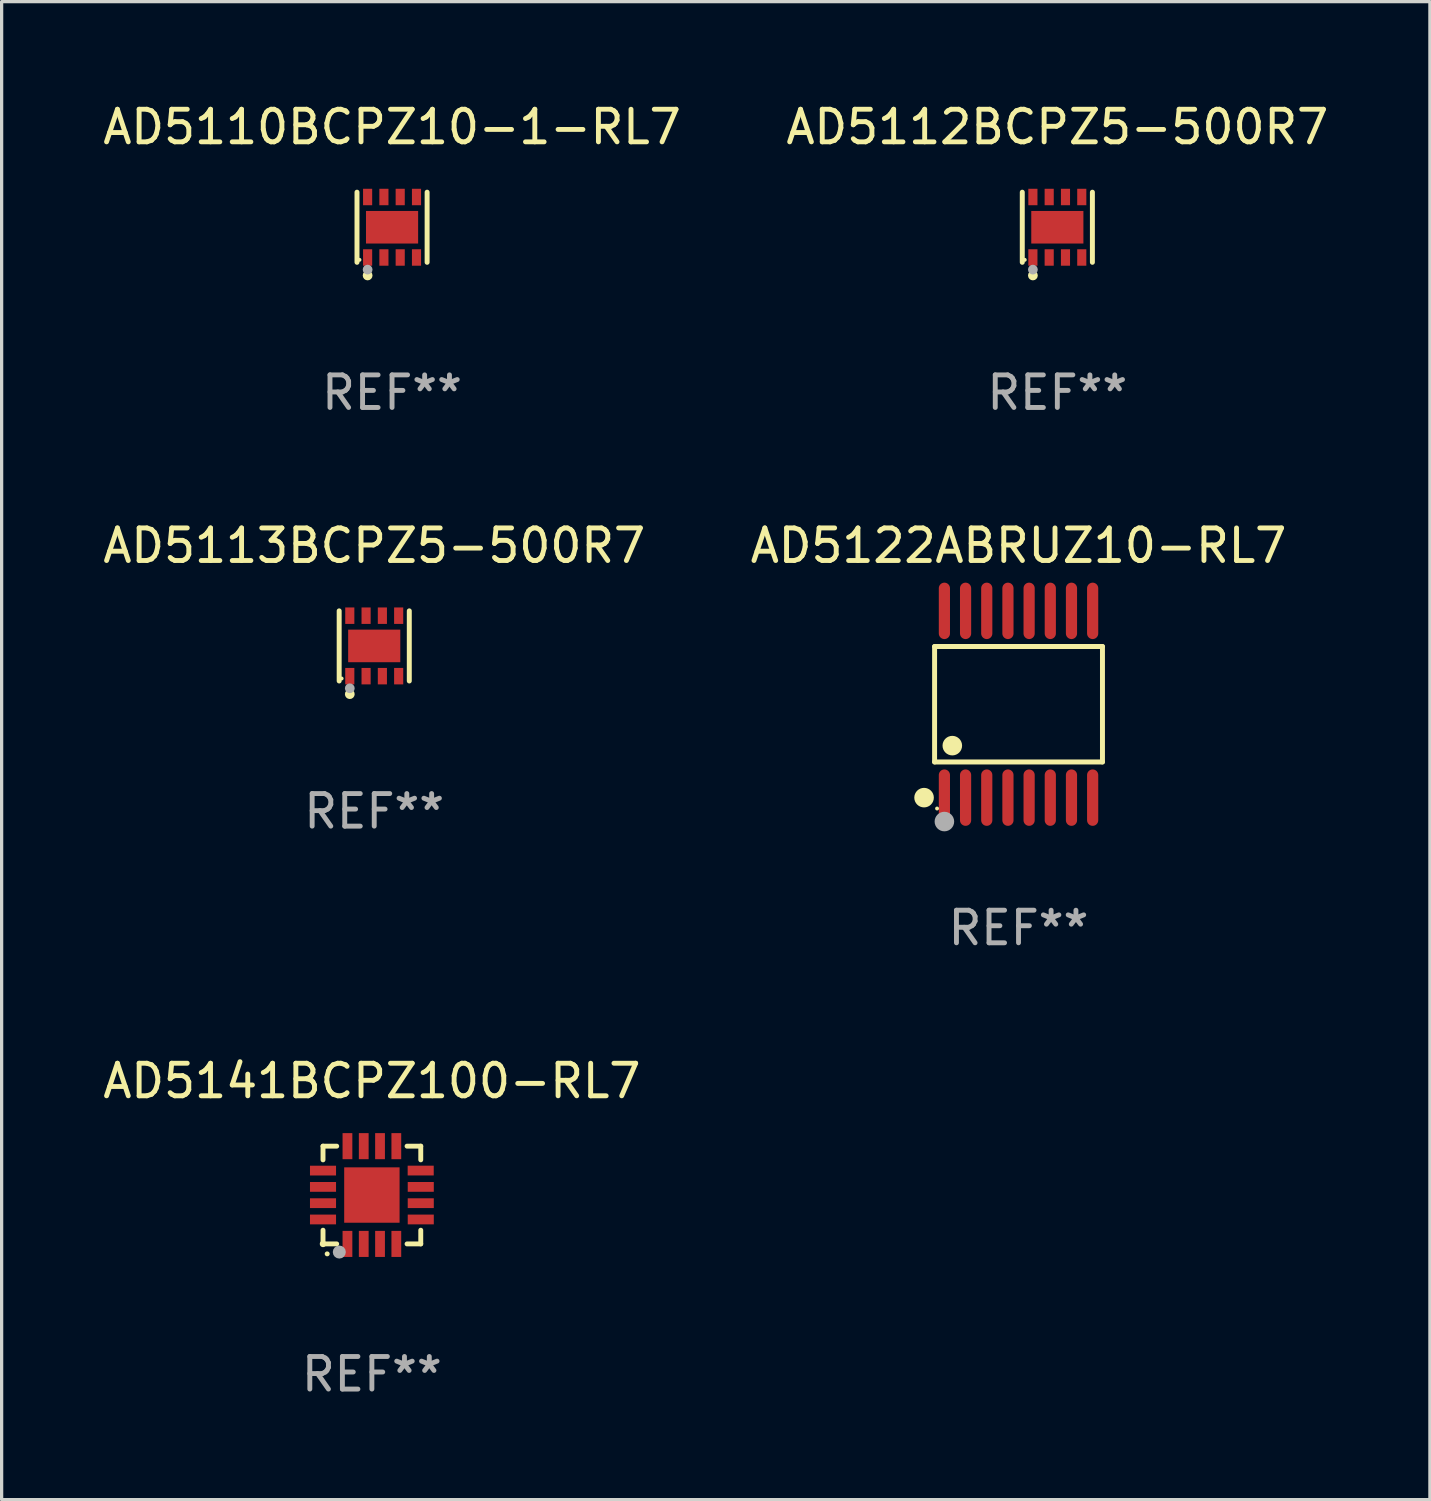
<source format=kicad_pcb>
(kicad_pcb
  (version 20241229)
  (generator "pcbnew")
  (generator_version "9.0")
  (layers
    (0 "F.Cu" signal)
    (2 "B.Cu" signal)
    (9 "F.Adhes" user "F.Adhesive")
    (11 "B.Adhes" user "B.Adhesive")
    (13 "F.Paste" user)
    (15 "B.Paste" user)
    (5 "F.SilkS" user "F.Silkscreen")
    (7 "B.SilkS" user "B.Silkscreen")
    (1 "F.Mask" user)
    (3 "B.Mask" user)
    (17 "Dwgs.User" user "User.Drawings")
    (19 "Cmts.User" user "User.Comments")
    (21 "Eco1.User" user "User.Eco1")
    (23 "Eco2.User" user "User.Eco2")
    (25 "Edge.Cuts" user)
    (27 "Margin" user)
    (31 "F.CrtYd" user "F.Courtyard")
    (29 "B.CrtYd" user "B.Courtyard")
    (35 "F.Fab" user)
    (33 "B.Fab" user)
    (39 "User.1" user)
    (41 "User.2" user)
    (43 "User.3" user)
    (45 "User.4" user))
  (footprint "AD5113BCPZ5-500R7"
    (layer "F.Cu")
    (at 8.435 16.773)
    (property "Reference" "AD5113BCPZ5-500R7" (at 0 -3.076 0) (layer "F.SilkS") (effects (font (size 1 1) (thickness 0.15))))
    (attr through_hole)
    (fp_line (start -1.076 1.076) (end -1.076 -1.076) (stroke (width 0.152) (type solid)) (layer "F.SilkS"))
    (fp_line (start 1.076 1.076) (end 1.076 -1.076) (stroke (width 0.152) (type solid)) (layer "F.SilkS"))
    (fp_circle (center -1 1) (end -0.97 1) (stroke (width 0.06) (type solid)) (fill no) (layer "F.SilkS"))
    (fp_circle (center -0.75 1.48) (end -0.675 1.48) (stroke (width 0.15) (type solid)) (fill no) (layer "F.SilkS"))
    (fp_circle (center -0.75 1.3) (end -0.675 1.3) (stroke (width 0.15) (type solid)) (fill no) (layer "F.Fab"))
    (fp_text user "REF**" (at 0 5.076 0) (layer "F.Fab") (effects (font (size 1 1) (thickness 0.15))))
    (pad "1" smd rect (at -0.75 0.928) (size 0.28 0.505) (layers "F.Cu" "F.Mask" "F.Paste"))
    (pad "2" smd rect (at -0.25 0.928) (size 0.28 0.505) (layers "F.Cu" "F.Mask" "F.Paste"))
    (pad "3" smd rect (at 0.25 0.928) (size 0.28 0.505) (layers "F.Cu" "F.Mask" "F.Paste"))
    (pad "4" smd rect (at 0.75 0.928) (size 0.28 0.505) (layers "F.Cu" "F.Mask" "F.Paste"))
    (pad "5" smd rect (at 0.75 -0.928) (size 0.28 0.505) (layers "F.Cu" "F.Mask" "F.Paste"))
    (pad "6" smd rect (at 0.25 -0.928) (size 0.28 0.505) (layers "F.Cu" "F.Mask" "F.Paste"))
    (pad "7" smd rect (at -0.25 -0.928) (size 0.28 0.505) (layers "F.Cu" "F.Mask" "F.Paste"))
    (pad "8" smd rect (at -0.75 -0.928) (size 0.28 0.505) (layers "F.Cu" "F.Mask" "F.Paste"))
    (pad "9" smd rect (at 0 0) (size 1.6 1) (layers "F.Cu" "F.Mask" "F.Paste")))
  (footprint "AD5110BCPZ10-1-RL7"
    (layer "F.Cu")
    (at 8.982 3.924)
    (property "Reference" "AD5110BCPZ10-1-RL7" (at 0 -3.076 0) (layer "F.SilkS") (effects (font (size 1 1) (thickness 0.15))))
    (attr through_hole)
    (fp_line (start -1.076 1.076) (end -1.076 -1.076) (stroke (width 0.152) (type solid)) (layer "F.SilkS"))
    (fp_line (start 1.076 1.076) (end 1.076 -1.076) (stroke (width 0.152) (type solid)) (layer "F.SilkS"))
    (fp_circle (center -1 1) (end -0.97 1) (stroke (width 0.06) (type solid)) (fill no) (layer "F.SilkS"))
    (fp_circle (center -0.75 1.48) (end -0.675 1.48) (stroke (width 0.15) (type solid)) (fill no) (layer "F.SilkS"))
    (fp_circle (center -0.75 1.3) (end -0.675 1.3) (stroke (width 0.15) (type solid)) (fill no) (layer "F.Fab"))
    (fp_text user "REF**" (at 0 5.076 0) (layer "F.Fab") (effects (font (size 1 1) (thickness 0.15))))
    (pad "1" smd rect (at -0.75 0.928) (size 0.28 0.505) (layers "F.Cu" "F.Mask" "F.Paste"))
    (pad "2" smd rect (at -0.25 0.928) (size 0.28 0.505) (layers "F.Cu" "F.Mask" "F.Paste"))
    (pad "3" smd rect (at 0.25 0.928) (size 0.28 0.505) (layers "F.Cu" "F.Mask" "F.Paste"))
    (pad "4" smd rect (at 0.75 0.928) (size 0.28 0.505) (layers "F.Cu" "F.Mask" "F.Paste"))
    (pad "5" smd rect (at 0.75 -0.928) (size 0.28 0.505) (layers "F.Cu" "F.Mask" "F.Paste"))
    (pad "6" smd rect (at 0.25 -0.928) (size 0.28 0.505) (layers "F.Cu" "F.Mask" "F.Paste"))
    (pad "7" smd rect (at -0.25 -0.928) (size 0.28 0.505) (layers "F.Cu" "F.Mask" "F.Paste"))
    (pad "8" smd rect (at -0.75 -0.928) (size 0.28 0.505) (layers "F.Cu" "F.Mask" "F.Paste"))
    (pad "9" smd rect (at 0 0) (size 1.6 1) (layers "F.Cu" "F.Mask" "F.Paste")))
  (footprint "AD5122ABRUZ10-RL7"
    (layer "F.Cu")
    (at 28.208 18.563)
    (property "Reference" "AD5122ABRUZ10-RL7" (at 0 -4.866 0) (layer "F.SilkS") (effects (font (size 1 1) (thickness 0.15))))
    (attr through_hole)
    (fp_line (start -2.576 -1.772) (end 2.576 -1.772) (stroke (width 0.152) (type solid)) (layer "F.SilkS"))
    (fp_line (start -2.576 1.771) (end -2.576 -1.772) (stroke (width 0.152) (type solid)) (layer "F.SilkS"))
    (fp_line (start 2.576 -1.772) (end 2.576 1.771) (stroke (width 0.152) (type solid)) (layer "F.SilkS"))
    (fp_line (start 2.576 1.771) (end -2.576 1.771) (stroke (width 0.152) (type solid)) (layer "F.SilkS"))
    (fp_circle (center -2.899 2.866) (end -2.749 2.866) (stroke (width 0.3) (type solid)) (fill no) (layer "F.SilkS"))
    (fp_circle (center -2.5 3.2) (end -2.47 3.2) (stroke (width 0.06) (type solid)) (fill no) (layer "F.SilkS"))
    (fp_circle (center -2.032 1.27) (end -1.882 1.27) (stroke (width 0.3) (type solid)) (fill no) (layer "F.SilkS"))
    (fp_circle (center -2.275 3.6) (end -2.125 3.6) (stroke (width 0.3) (type solid)) (fill no) (layer "F.Fab"))
    (fp_text user "REF**" (at 0 6.866 0) (layer "F.Fab") (effects (font (size 1 1) (thickness 0.15))))
    (pad "1" smd oval (at -2.275 2.866) (size 0.343 1.731) (layers "F.Cu" "F.Mask" "F.Paste"))
    (pad "2" smd oval (at -1.625 2.866) (size 0.343 1.731) (layers "F.Cu" "F.Mask" "F.Paste"))
    (pad "3" smd oval (at -0.975 2.866) (size 0.343 1.731) (layers "F.Cu" "F.Mask" "F.Paste"))
    (pad "4" smd oval (at -0.325 2.866) (size 0.343 1.731) (layers "F.Cu" "F.Mask" "F.Paste"))
    (pad "5" smd oval (at 0.325 2.866) (size 0.343 1.731) (layers "F.Cu" "F.Mask" "F.Paste"))
    (pad "6" smd oval (at 0.975 2.866) (size 0.343 1.731) (layers "F.Cu" "F.Mask" "F.Paste"))
    (pad "7" smd oval (at 1.625 2.866) (size 0.343 1.731) (layers "F.Cu" "F.Mask" "F.Paste"))
    (pad "8" smd oval (at 2.275 2.866) (size 0.343 1.731) (layers "F.Cu" "F.Mask" "F.Paste"))
    (pad "9" smd oval (at 2.275 -2.866) (size 0.343 1.731) (layers "F.Cu" "F.Mask" "F.Paste"))
    (pad "10" smd oval (at 1.625 -2.866) (size 0.343 1.731) (layers "F.Cu" "F.Mask" "F.Paste"))
    (pad "11" smd oval (at 0.975 -2.866) (size 0.343 1.731) (layers "F.Cu" "F.Mask" "F.Paste"))
    (pad "12" smd oval (at 0.325 -2.866) (size 0.343 1.731) (layers "F.Cu" "F.Mask" "F.Paste"))
    (pad "13" smd oval (at -0.325 -2.866) (size 0.343 1.731) (layers "F.Cu" "F.Mask" "F.Paste"))
    (pad "14" smd oval (at -0.975 -2.866) (size 0.343 1.731) (layers "F.Cu" "F.Mask" "F.Paste"))
    (pad "15" smd oval (at -1.625 -2.866) (size 0.343 1.731) (layers "F.Cu" "F.Mask" "F.Paste"))
    (pad "16" smd oval (at -2.275 -2.866) (size 0.343 1.731) (layers "F.Cu" "F.Mask" "F.Paste")))
  (footprint "AD5112BCPZ5-500R7"
    (layer "F.Cu")
    (at 29.399 3.924)
    (property "Reference" "AD5112BCPZ5-500R7" (at 0 -3.076 0) (layer "F.SilkS") (effects (font (size 1 1) (thickness 0.15))))
    (attr through_hole)
    (fp_line (start -1.076 1.076) (end -1.076 -1.076) (stroke (width 0.152) (type solid)) (layer "F.SilkS"))
    (fp_line (start 1.076 1.076) (end 1.076 -1.076) (stroke (width 0.152) (type solid)) (layer "F.SilkS"))
    (fp_circle (center -1 1) (end -0.97 1) (stroke (width 0.06) (type solid)) (fill no) (layer "F.SilkS"))
    (fp_circle (center -0.75 1.48) (end -0.675 1.48) (stroke (width 0.15) (type solid)) (fill no) (layer "F.SilkS"))
    (fp_circle (center -0.75 1.3) (end -0.675 1.3) (stroke (width 0.15) (type solid)) (fill no) (layer "F.Fab"))
    (fp_text user "REF**" (at 0 5.076 0) (layer "F.Fab") (effects (font (size 1 1) (thickness 0.15))))
    (pad "1" smd rect (at -0.75 0.928) (size 0.28 0.505) (layers "F.Cu" "F.Mask" "F.Paste"))
    (pad "2" smd rect (at -0.25 0.928) (size 0.28 0.505) (layers "F.Cu" "F.Mask" "F.Paste"))
    (pad "3" smd rect (at 0.25 0.928) (size 0.28 0.505) (layers "F.Cu" "F.Mask" "F.Paste"))
    (pad "4" smd rect (at 0.75 0.928) (size 0.28 0.505) (layers "F.Cu" "F.Mask" "F.Paste"))
    (pad "5" smd rect (at 0.75 -0.928) (size 0.28 0.505) (layers "F.Cu" "F.Mask" "F.Paste"))
    (pad "6" smd rect (at 0.25 -0.928) (size 0.28 0.505) (layers "F.Cu" "F.Mask" "F.Paste"))
    (pad "7" smd rect (at -0.25 -0.928) (size 0.28 0.505) (layers "F.Cu" "F.Mask" "F.Paste"))
    (pad "8" smd rect (at -0.75 -0.928) (size 0.28 0.505) (layers "F.Cu" "F.Mask" "F.Paste"))
    (pad "9" smd rect (at 0 0) (size 1.6 1) (layers "F.Cu" "F.Mask" "F.Paste")))
  (footprint "AD5141BCPZ100-RL7"
    (layer "F.Cu")
    (at 8.363 33.625)
    (property "Reference" "AD5141BCPZ100-RL7" (at 0 -3.5 0) (layer "F.SilkS") (effects (font (size 1 1) (thickness 0.15))))
    (attr through_hole)
    (fp_line (start -1.5 -1.5) (end -1.079 -1.5) (stroke (width 0.15) (type solid)) (layer "F.SilkS"))
    (fp_line (start -1.5 -1.079) (end -1.5 -1.5) (stroke (width 0.15) (type solid)) (layer "F.SilkS"))
    (fp_line (start -1.5 1.5) (end -1.5 1.079) (stroke (width 0.15) (type solid)) (layer "F.SilkS"))
    (fp_line (start -1.5 1.5) (end -1.079 1.5) (stroke (width 0.15) (type solid)) (layer "F.SilkS"))
    (fp_line (start 1.079 -1.5) (end 1.5 -1.5) (stroke (width 0.15) (type solid)) (layer "F.SilkS"))
    (fp_line (start 1.079 1.5) (end 1.5 1.5) (stroke (width 0.15) (type solid)) (layer "F.SilkS"))
    (fp_line (start 1.5 -1.08) (end 1.5 -1.5) (stroke (width 0.15) (type solid)) (layer "F.SilkS"))
    (fp_line (start 1.5 1.5) (end 1.5 1.079) (stroke (width 0.15) (type solid)) (layer "F.SilkS"))
    (fp_arc (start -1.372885 1.805398) (mid -1.371615 1.805392) (end -1.370345 1.805398) (stroke (width 0.150114) (type solid)) (layer "F.SilkS"))
    (fp_circle (center -1.5 1.5) (end -1.45 1.5) (stroke (width 0.1) (type solid)) (fill no) (layer "F.SilkS"))
    (fp_circle (center -1 1.75) (end -0.9 1.75) (stroke (width 0.2) (type solid)) (fill no) (layer "F.Fab"))
    (fp_text user "REF**" (at 0 5.5 0) (layer "F.Fab") (effects (font (size 1 1) (thickness 0.15))))
    (pad "1" smd rect (at -0.75 1.5 180) (size 0.3 0.8) (layers "F.Cu" "F.Mask" "F.Paste"))
    (pad "2" smd rect (at -0.25 1.5 180) (size 0.3 0.8) (layers "F.Cu" "F.Mask" "F.Paste"))
    (pad "3" smd rect (at 0.25 1.5 180) (size 0.3 0.8) (layers "F.Cu" "F.Mask" "F.Paste"))
    (pad "4" smd rect (at 0.75 1.5 180) (size 0.3 0.8) (layers "F.Cu" "F.Mask" "F.Paste"))
    (pad "5" smd rect (at 1.5 0.75 90) (size 0.3 0.8) (layers "F.Cu" "F.Mask" "F.Paste"))
    (pad "6" smd rect (at 1.5 0.25 90) (size 0.3 0.8) (layers "F.Cu" "F.Mask" "F.Paste"))
    (pad "7" smd rect (at 1.5 -0.25 90) (size 0.3 0.8) (layers "F.Cu" "F.Mask" "F.Paste"))
    (pad "8" smd rect (at 1.498 -0.751 90) (size 0.3 0.8) (layers "F.Cu" "F.Mask" "F.Paste"))
    (pad "9" smd rect (at 0.75 -1.5 180) (size 0.3 0.8) (layers "F.Cu" "F.Mask" "F.Paste"))
    (pad "10" smd rect (at 0.25 -1.5 180) (size 0.3 0.8) (layers "F.Cu" "F.Mask" "F.Paste"))
    (pad "11" smd rect (at -0.25 -1.5 180) (size 0.3 0.8) (layers "F.Cu" "F.Mask" "F.Paste"))
    (pad "12" smd rect (at -0.75 -1.5 180) (size 0.3 0.8) (layers "F.Cu" "F.Mask" "F.Paste"))
    (pad "13" smd rect (at -1.5 -0.75 90) (size 0.3 0.8) (layers "F.Cu" "F.Mask" "F.Paste"))
    (pad "14" smd rect (at -1.5 -0.25 90) (size 0.3 0.8) (layers "F.Cu" "F.Mask" "F.Paste"))
    (pad "15" smd rect (at -1.5 0.25 90) (size 0.3 0.8) (layers "F.Cu" "F.Mask" "F.Paste"))
    (pad "16" smd rect (at -1.5 0.75 90) (size 0.3 0.8) (layers "F.Cu" "F.Mask" "F.Paste"))
    (pad "17" smd rect (at -0.000114 0.00014 180) (size 1.7 1.7) (layers "F.Cu" "F.Mask" "F.Paste")))
  (gr_rect
    (start -3 -3)
    (end 40.833 42.973)
    (stroke (width 0.1) (type default))
    (fill no)
    (layer "Edge.Cuts")))
</source>
